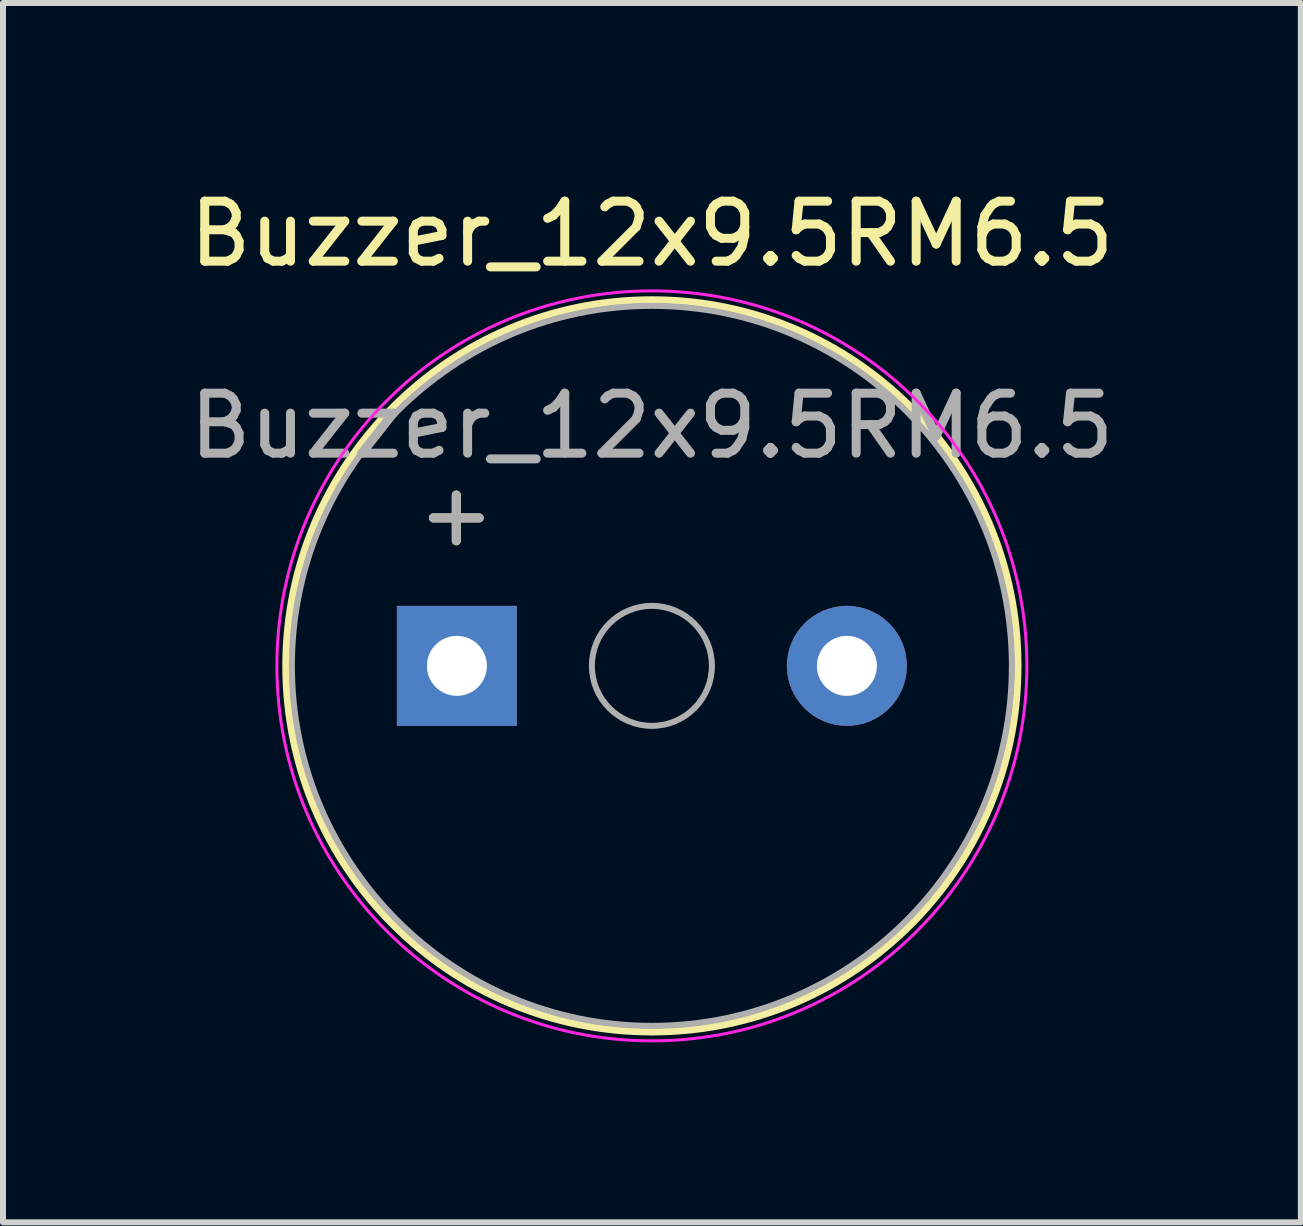
<source format=kicad_pcb>
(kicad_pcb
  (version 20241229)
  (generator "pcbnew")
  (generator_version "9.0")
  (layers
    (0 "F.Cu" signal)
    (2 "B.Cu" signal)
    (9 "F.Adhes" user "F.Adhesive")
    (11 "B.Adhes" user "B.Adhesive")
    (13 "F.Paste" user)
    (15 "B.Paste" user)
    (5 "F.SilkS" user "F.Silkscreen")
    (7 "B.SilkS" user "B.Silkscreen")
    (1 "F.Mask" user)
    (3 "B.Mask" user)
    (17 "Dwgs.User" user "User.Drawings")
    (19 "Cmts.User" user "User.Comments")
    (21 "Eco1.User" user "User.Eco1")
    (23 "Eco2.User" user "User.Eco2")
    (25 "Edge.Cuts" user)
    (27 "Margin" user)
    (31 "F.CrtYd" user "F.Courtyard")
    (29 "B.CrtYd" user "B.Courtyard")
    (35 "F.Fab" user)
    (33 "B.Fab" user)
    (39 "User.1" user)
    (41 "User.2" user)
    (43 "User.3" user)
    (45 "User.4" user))
  (footprint "Buzzer_12x9.5RM6.5"
    (layer "F.Cu")
    (at 4.565 8.048)
    (property "Reference" "Buzzer_12x9.5RM6.5" (at 3.25 -7.2 0) (layer "F.SilkS") (effects (font (size 1 1) (thickness 0.15))))
    (attr through_hole)
    (fp_circle (center 3.25 0) (end 9.35 0) (stroke (width 0.12) (type solid)) (fill no) (layer "F.SilkS"))
    (fp_circle (center 3.25 0) (end 9.5 0) (stroke (width 0.05) (type solid)) (fill no) (layer "F.CrtYd"))
    (fp_circle (center 3.25 0) (end 4.25 0) (stroke (width 0.1) (type solid)) (fill no) (layer "F.Fab"))
    (fp_circle (center 3.25 0) (end 9.25 0) (stroke (width 0.1) (type solid)) (fill no) (layer "F.Fab"))
    (fp_text user "+" (at -0.01 -2.54 0) (layer "F.SilkS") (effects (font (size 1 1) (thickness 0.15))))
    (fp_text user "+" (at -0.01 -2.54 0) (layer "F.Fab") (effects (font (size 1 1) (thickness 0.15))))
    (fp_text user "${REFERENCE}" (at 3.25 -4 0) (layer "F.Fab") (effects (font (size 1 1) (thickness 0.15))))
    (pad "1" thru_hole rect (at 0 0) (size 2 2) (drill 1) (layers "*.Cu" "*.Mask"))
    (pad "2" thru_hole circle (at 6.5 0) (size 2 2) (drill 1) (layers "*.Cu" "*.Mask")))
  (gr_rect
    (start -3 -3)
    (end 18.631 17.323)
    (stroke (width 0.1) (type default))
    (fill no)
    (layer "Edge.Cuts")))
</source>
